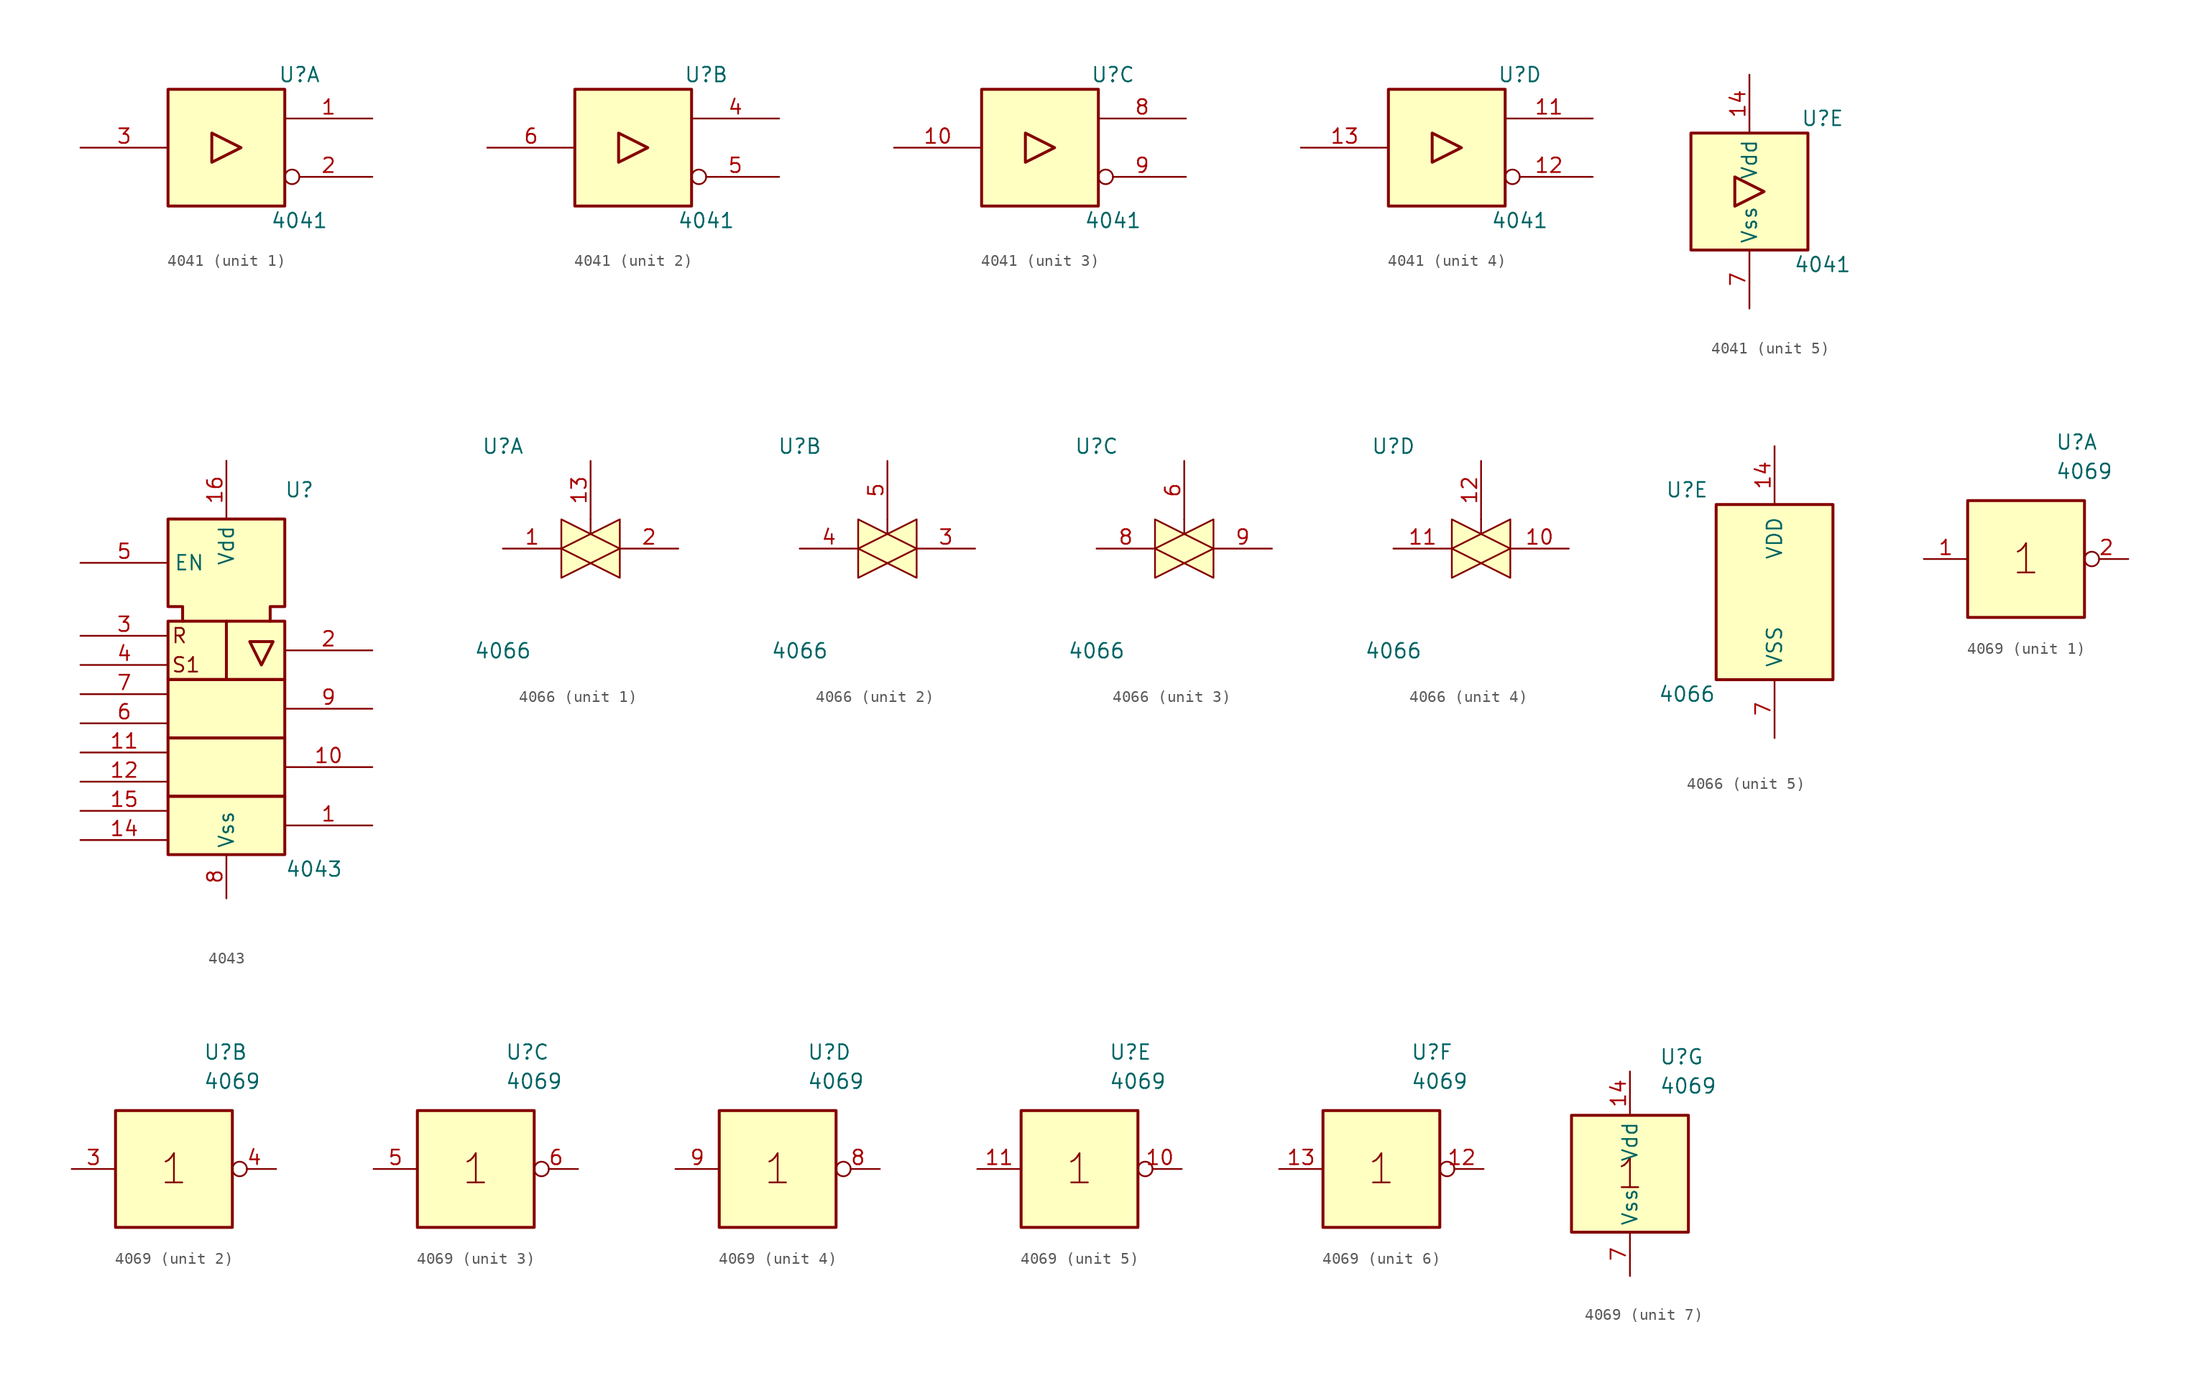
<source format=kicad_sym>
(kicad_symbol_lib
  (version 20231120)
  (generator "kicad_symbol_editor")
  (generator_version "8.0")
  (symbol "4041"
    (property "Reference" "U"
      (at 6.35 6.35 0)
      (effects (font (size 1.27 1.27))))
    (property "Value" "4041"
      (at 6.35 -6.35 0)
      (effects (font (size 1.27 1.27))))
    (property "ki_locked" ""
      (at 0 0 0)
      (effects (font (size 1.27 1.27))))
    (symbol "4041_0_0"
      (rectangle (start -5.08 5.08) (end 5.08 -5.08) (stroke (width 0.254) (type default)) (fill (type background)))
      (polyline (pts (xy -1.27 1.27) (xy -1.27 -1.27) (xy 1.27 0) (xy -1.27 1.27) (xy -1.27 1.27)) (stroke (width 0.254) (type default)) (fill (type background))))
    (symbol "4041_1_1"
      (pin output line (at 12.7 2.54 180) (length 7.62) (name "~" (effects (font (size 1.27 1.27)))) (number "1" (effects (font (size 1.27 1.27)))))
      (pin output inverted (at 12.7 -2.54 180) (length 7.62) (name "~" (effects (font (size 1.27 1.27)))) (number "2" (effects (font (size 1.27 1.27)))))
      (pin output line (at -12.7 0 0) (length 7.62) (name "~" (effects (font (size 1.27 1.27)))) (number "3" (effects (font (size 1.27 1.27))))))
    (symbol "4041_2_1"
      (pin output line (at 12.7 2.54 180) (length 7.62) (name "~" (effects (font (size 1.27 1.27)))) (number "4" (effects (font (size 1.27 1.27)))))
      (pin output inverted (at 12.7 -2.54 180) (length 7.62) (name "~" (effects (font (size 1.27 1.27)))) (number "5" (effects (font (size 1.27 1.27)))))
      (pin output line (at -12.7 0 0) (length 7.62) (name "~" (effects (font (size 1.27 1.27)))) (number "6" (effects (font (size 1.27 1.27))))))
    (symbol "4041_3_1"
      (pin output line (at -12.7 0 0) (length 7.62) (name "~" (effects (font (size 1.27 1.27)))) (number "10" (effects (font (size 1.27 1.27)))))
      (pin output line (at 12.7 2.54 180) (length 7.62) (name "~" (effects (font (size 1.27 1.27)))) (number "8" (effects (font (size 1.27 1.27)))))
      (pin output inverted (at 12.7 -2.54 180) (length 7.62) (name "~" (effects (font (size 1.27 1.27)))) (number "9" (effects (font (size 1.27 1.27))))))
    (symbol "4041_4_1"
      (pin output line (at 12.7 2.54 180) (length 7.62) (name "~" (effects (font (size 1.27 1.27)))) (number "11" (effects (font (size 1.27 1.27)))))
      (pin output inverted (at 12.7 -2.54 180) (length 7.62) (name "~" (effects (font (size 1.27 1.27)))) (number "12" (effects (font (size 1.27 1.27)))))
      (pin output line (at -12.7 0 0) (length 7.62) (name "~" (effects (font (size 1.27 1.27)))) (number "13" (effects (font (size 1.27 1.27))))))
    (symbol "4041_5_1"
      (pin power_in line (at 0 10.16 270) (length 5.08) (name "Vdd" (effects (font (size 1.27 1.27)))) (number "14" (effects (font (size 1.27 1.27)))))
      (pin power_in line (at 0 -10.16 90) (length 5.08) (name "Vss" (effects (font (size 1.27 1.27)))) (number "7" (effects (font (size 1.27 1.27)))))))
  (symbol "4043"
    (property "Reference" "U"
      (at 6.35 12.7 0)
      (effects (font (size 1.27 1.27))))
    (property "Value" "4043"
      (at 7.62 -20.32 0)
      (effects (font (size 1.27 1.27))))
    (symbol "4043_0_0"
      (rectangle (start -5.08 -13.97) (end 5.08 -19.05) (stroke (width 0.254) (type default)) (fill (type background)))
      (rectangle (start -5.08 -8.89) (end 5.08 -13.97) (stroke (width 0.254) (type default)) (fill (type background)))
      (rectangle (start -5.08 -3.81) (end 5.08 -8.89) (stroke (width 0.254) (type default)) (fill (type background)))
      (rectangle (start -5.08 1.27) (end 5.08 -3.81) (stroke (width 0.254) (type default)) (fill (type background)))
      (polyline (pts (xy 0 1.27) (xy 0 -3.81) (xy 0 -3.81)) (stroke (width 0.254) (type default)) (fill (type background)))
      (polyline (pts (xy 2.032 -0.508) (xy 3.048 -2.54) (xy 4.064 -0.508) (xy 2.032 -0.508) (xy 2.032 -0.508)) (stroke (width 0.254) (type default)) (fill (type background)))
      (polyline (pts (xy -3.81 1.27) (xy -3.81 2.54) (xy -5.08 2.54) (xy -5.08 10.16) (xy 5.08 10.16) (xy 5.08 2.54) (xy 3.81 2.54) (xy 3.81 1.27) (xy 3.81 1.27)) (stroke (width 0.254) (type default)) (fill (type background))))
    (symbol "4043_1_0"
      (pin output line (at 12.7 -16.51 180) (length 7.62) (name "~" (effects (font (size 1.27 1.27)))) (number "1" (effects (font (size 1.27 1.27)))))
      (pin output line (at 12.7 -11.43 180) (length 7.62) (name "~" (effects (font (size 1.27 1.27)))) (number "10" (effects (font (size 1.27 1.27)))))
      (pin input line (at -12.7 -10.16 0) (length 7.62) (name "~" (effects (font (size 1.27 1.27)))) (number "11" (effects (font (size 1.27 1.27)))))
      (pin input line (at -12.7 -12.7 0) (length 7.62) (name "~" (effects (font (size 1.27 1.27)))) (number "12" (effects (font (size 1.27 1.27)))))
      (pin input line (at -12.7 -17.78 0) (length 7.62) (name "~" (effects (font (size 1.27 1.27)))) (number "14" (effects (font (size 1.27 1.27)))))
      (pin input line (at -12.7 -15.24 0) (length 7.62) (name "~" (effects (font (size 1.27 1.27)))) (number "15" (effects (font (size 1.27 1.27)))))
      (pin power_in line (at 0 15.24 270) (length 5.08) (name "Vdd" (effects (font (size 1.27 1.27)))) (number "16" (effects (font (size 1.27 1.27)))))
      (pin output line (at 12.7 -1.27 180) (length 7.62) (name "~" (effects (font (size 1.27 1.27)))) (number "2" (effects (font (size 1.27 1.27)))))
      (pin input line (at -12.7 0 0) (length 7.62) (name "~" (effects (font (size 1.27 1.27)))) (number "3" (effects (font (size 1.27 1.27)))))
      (pin input line (at -12.7 -2.54 0) (length 7.62) (name "~" (effects (font (size 1.27 1.27)))) (number "4" (effects (font (size 1.27 1.27)))))
      (pin input line (at -12.7 6.35 0) (length 7.62) (name "EN" (effects (font (size 1.27 1.27)))) (number "5" (effects (font (size 1.27 1.27)))))
      (pin input line (at -12.7 -7.62 0) (length 7.62) (name "~" (effects (font (size 1.27 1.27)))) (number "6" (effects (font (size 1.27 1.27)))))
      (pin input line (at -12.7 -5.08 0) (length 7.62) (name "~" (effects (font (size 1.27 1.27)))) (number "7" (effects (font (size 1.27 1.27)))))
      (pin power_in line (at 0 -22.86 90) (length 3.81) (name "Vss" (effects (font (size 1.27 1.27)))) (number "8" (effects (font (size 1.27 1.27)))))
      (pin output line (at 12.7 -6.35 180) (length 7.62) (name "~" (effects (font (size 1.27 1.27)))) (number "9" (effects (font (size 1.27 1.27))))))
    (symbol "4043_1_1"
      (text "R" (at -4.826 0 0) (effects (font (size 1.27 1.27)) (justify left)))
      (text "S1" (at -4.826 -2.54 0) (effects (font (size 1.27 1.27)) (justify left)))))
  (symbol "4066"
    (pin_names
      (offset 1.016))
    (property "Reference" "U"
      (at -7.62 8.89 0)
      (effects (font (size 1.27 1.27))))
    (property "Value" "4066"
      (at -7.62 -8.89 0)
      (effects (font (size 1.27 1.27))))
    (property "ki_locked" ""
      (at 0 0 0)
      (effects (font (size 1.27 1.27))))
    (symbol "4066_1_0"
      (polyline (pts (xy 0 1.27) (xy 0 2.54)) (stroke (width 0.152) (type default)) (fill (type none)))
      (polyline (pts (xy -2.54 0) (xy 2.54 2.54) (xy 2.54 -2.54) (xy -2.54 0)) (stroke (width 0) (type default)) (fill (type background)))
      (polyline (pts (xy -2.54 2.54) (xy 2.54 0) (xy -2.54 -2.54) (xy -2.54 2.54)) (stroke (width 0) (type default)) (fill (type background)))
      (pin passive line (at -7.62 0 0) (length 5.08) (name "~" (effects (font (size 1.27 1.27)))) (number "1" (effects (font (size 1.27 1.27)))))
      (pin input line (at 0 7.62 270) (length 5.08) (name "~" (effects (font (size 1.27 1.27)))) (number "13" (effects (font (size 1.27 1.27)))))
      (pin passive line (at 7.62 0 180) (length 5.08) (name "~" (effects (font (size 1.27 1.27)))) (number "2" (effects (font (size 1.27 1.27))))))
    (symbol "4066_2_0"
      (polyline (pts (xy 0 1.27) (xy 0 2.54)) (stroke (width 0.152) (type default)) (fill (type none)))
      (polyline (pts (xy -2.54 0) (xy 2.54 2.54) (xy 2.54 -2.54) (xy -2.54 0)) (stroke (width 0) (type default)) (fill (type background)))
      (polyline (pts (xy -2.54 2.54) (xy 2.54 0) (xy -2.54 -2.54) (xy -2.54 2.54)) (stroke (width 0) (type default)) (fill (type background)))
      (pin passive line (at 7.62 0 180) (length 5.08) (name "~" (effects (font (size 1.27 1.27)))) (number "3" (effects (font (size 1.27 1.27)))))
      (pin passive line (at -7.62 0 0) (length 5.08) (name "~" (effects (font (size 1.27 1.27)))) (number "4" (effects (font (size 1.27 1.27)))))
      (pin input line (at 0 7.62 270) (length 5.08) (name "~" (effects (font (size 1.27 1.27)))) (number "5" (effects (font (size 1.27 1.27))))))
    (symbol "4066_3_0"
      (polyline (pts (xy 0 1.27) (xy 0 2.54)) (stroke (width 0.152) (type default)) (fill (type none)))
      (polyline (pts (xy -2.54 0) (xy 2.54 2.54) (xy 2.54 -2.54) (xy -2.54 0)) (stroke (width 0) (type default)) (fill (type background)))
      (polyline (pts (xy -2.54 2.54) (xy 2.54 0) (xy -2.54 -2.54) (xy -2.54 2.54)) (stroke (width 0) (type default)) (fill (type background)))
      (pin input line (at 0 7.62 270) (length 5.08) (name "~" (effects (font (size 1.27 1.27)))) (number "6" (effects (font (size 1.27 1.27)))))
      (pin passive line (at -7.62 0 0) (length 5.08) (name "~" (effects (font (size 1.27 1.27)))) (number "8" (effects (font (size 1.27 1.27)))))
      (pin passive line (at 7.62 0 180) (length 5.08) (name "~" (effects (font (size 1.27 1.27)))) (number "9" (effects (font (size 1.27 1.27))))))
    (symbol "4066_4_0"
      (polyline (pts (xy 0 1.27) (xy 0 2.54)) (stroke (width 0.152) (type default)) (fill (type none)))
      (polyline (pts (xy -2.54 0) (xy 2.54 2.54) (xy 2.54 -2.54) (xy -2.54 0)) (stroke (width 0) (type default)) (fill (type background)))
      (polyline (pts (xy -2.54 2.54) (xy 2.54 0) (xy -2.54 -2.54) (xy -2.54 2.54)) (stroke (width 0) (type default)) (fill (type background)))
      (pin passive line (at 7.62 0 180) (length 5.08) (name "~" (effects (font (size 1.27 1.27)))) (number "10" (effects (font (size 1.27 1.27)))))
      (pin passive line (at -7.62 0 0) (length 5.08) (name "~" (effects (font (size 1.27 1.27)))) (number "11" (effects (font (size 1.27 1.27)))))
      (pin input line (at 0 7.62 270) (length 5.08) (name "~" (effects (font (size 1.27 1.27)))) (number "12" (effects (font (size 1.27 1.27))))))
    (symbol "4066_5_0"
      (pin power_in line (at 0 12.7 270) (length 5.08) (name "VDD" (effects (font (size 1.27 1.27)))) (number "14" (effects (font (size 1.27 1.27)))))
      (pin power_in line (at 0 -12.7 90) (length 5.08) (name "VSS" (effects (font (size 1.27 1.27)))) (number "7" (effects (font (size 1.27 1.27))))))
    (symbol "4066_5_1"
      (rectangle (start -5.08 7.62) (end 5.08 -7.62) (stroke (width 0.254) (type default)) (fill (type background)))))
  (symbol "4069"
    (property "Reference" "U"
      (at 2.54 10.16 0)
      (effects (font (size 1.27 1.27)) (justify left)))
    (property "Value" "4069"
      (at 2.54 7.62 0)
      (effects (font (size 1.27 1.27)) (justify left)))
    (property "ki_locked" ""
      (at 0 0 0)
      (effects (font (size 1.27 1.27))))
    (symbol "4069_0_0"
      (text "1" (at 0 0 0) (effects (font (size 2.54 2.54)))))
    (symbol "4069_0_1"
      (rectangle (start -5.08 5.08) (end 5.08 -5.08) (stroke (width 0.254) (type default)) (fill (type background))))
    (symbol "4069_1_1"
      (pin input line (at -8.89 0 0) (length 3.81) (name "~" (effects (font (size 1.27 1.27)))) (number "1" (effects (font (size 1.27 1.27)))))
      (pin output inverted (at 8.89 0 180) (length 3.81) (name "~" (effects (font (size 1.27 1.27)))) (number "2" (effects (font (size 1.27 1.27))))))
    (symbol "4069_2_1"
      (pin input line (at -8.89 0 0) (length 3.81) (name "~" (effects (font (size 1.27 1.27)))) (number "3" (effects (font (size 1.27 1.27)))))
      (pin output inverted (at 8.89 0 180) (length 3.81) (name "~" (effects (font (size 1.27 1.27)))) (number "4" (effects (font (size 1.27 1.27))))))
    (symbol "4069_3_1"
      (pin input line (at -8.89 0 0) (length 3.81) (name "~" (effects (font (size 1.27 1.27)))) (number "5" (effects (font (size 1.27 1.27)))))
      (pin output inverted (at 8.89 0 180) (length 3.81) (name "~" (effects (font (size 1.27 1.27)))) (number "6" (effects (font (size 1.27 1.27))))))
    (symbol "4069_4_1"
      (pin output inverted (at 8.89 0 180) (length 3.81) (name "~" (effects (font (size 1.27 1.27)))) (number "8" (effects (font (size 1.27 1.27)))))
      (pin input line (at -8.89 0 0) (length 3.81) (name "~" (effects (font (size 1.27 1.27)))) (number "9" (effects (font (size 1.27 1.27))))))
    (symbol "4069_5_1"
      (pin output inverted (at 8.89 0 180) (length 3.81) (name "~" (effects (font (size 1.27 1.27)))) (number "10" (effects (font (size 1.27 1.27)))))
      (pin input line (at -8.89 0 0) (length 3.81) (name "~" (effects (font (size 1.27 1.27)))) (number "11" (effects (font (size 1.27 1.27))))))
    (symbol "4069_6_1"
      (pin output inverted (at 8.89 0 180) (length 3.81) (name "~" (effects (font (size 1.27 1.27)))) (number "12" (effects (font (size 1.27 1.27)))))
      (pin input line (at -8.89 0 0) (length 3.81) (name "~" (effects (font (size 1.27 1.27)))) (number "13" (effects (font (size 1.27 1.27))))))
    (symbol "4069_7_0"
      (pin power_in line (at 0 8.89 270) (length 3.81) (name "Vdd" (effects (font (size 1.27 1.27)))) (number "14" (effects (font (size 1.27 1.27)))))
      (pin power_in line (at 0 -8.89 90) (length 3.81) (name "Vss" (effects (font (size 1.27 1.27)))) (number "7" (effects (font (size 1.27 1.27))))))))
</source>
